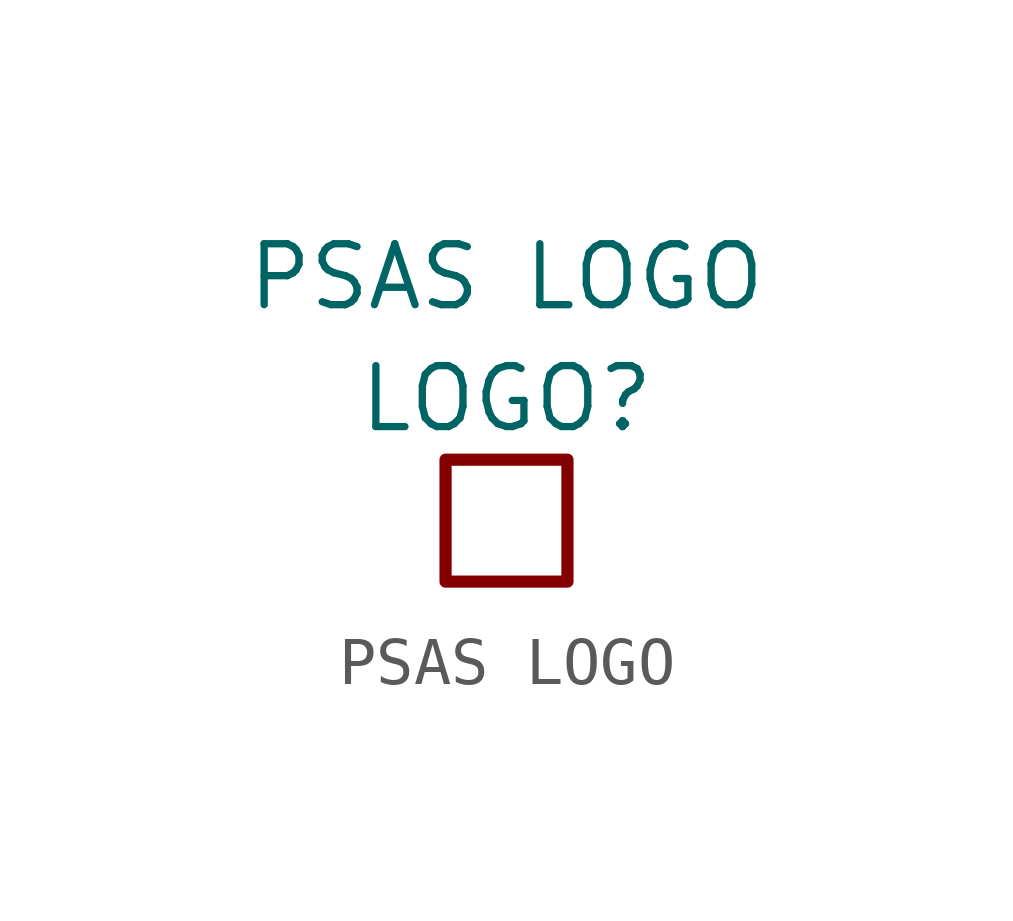
<source format=kicad_sym>
(kicad_symbol_lib
  (version 20211014)
  (generator kicad_symbol_editor)
  (symbol "PSAS LOGO"
    (property "Reference" "LOGO"
      (at 0 2.54 0)
      (effects (font (size 1.27 1.27))))
    (property "Value" "PSAS LOGO"
      (at 0 5.08 0)
      (effects (font (size 1.27 1.27))))
    (symbol "PSAS LOGO_0_1"
      (rectangle (start -1.27 1.27) (end 1.27 -1.27) (stroke (width 0.254) (type default) (color 0 0 0 0)) (fill (type none))))))
</source>
